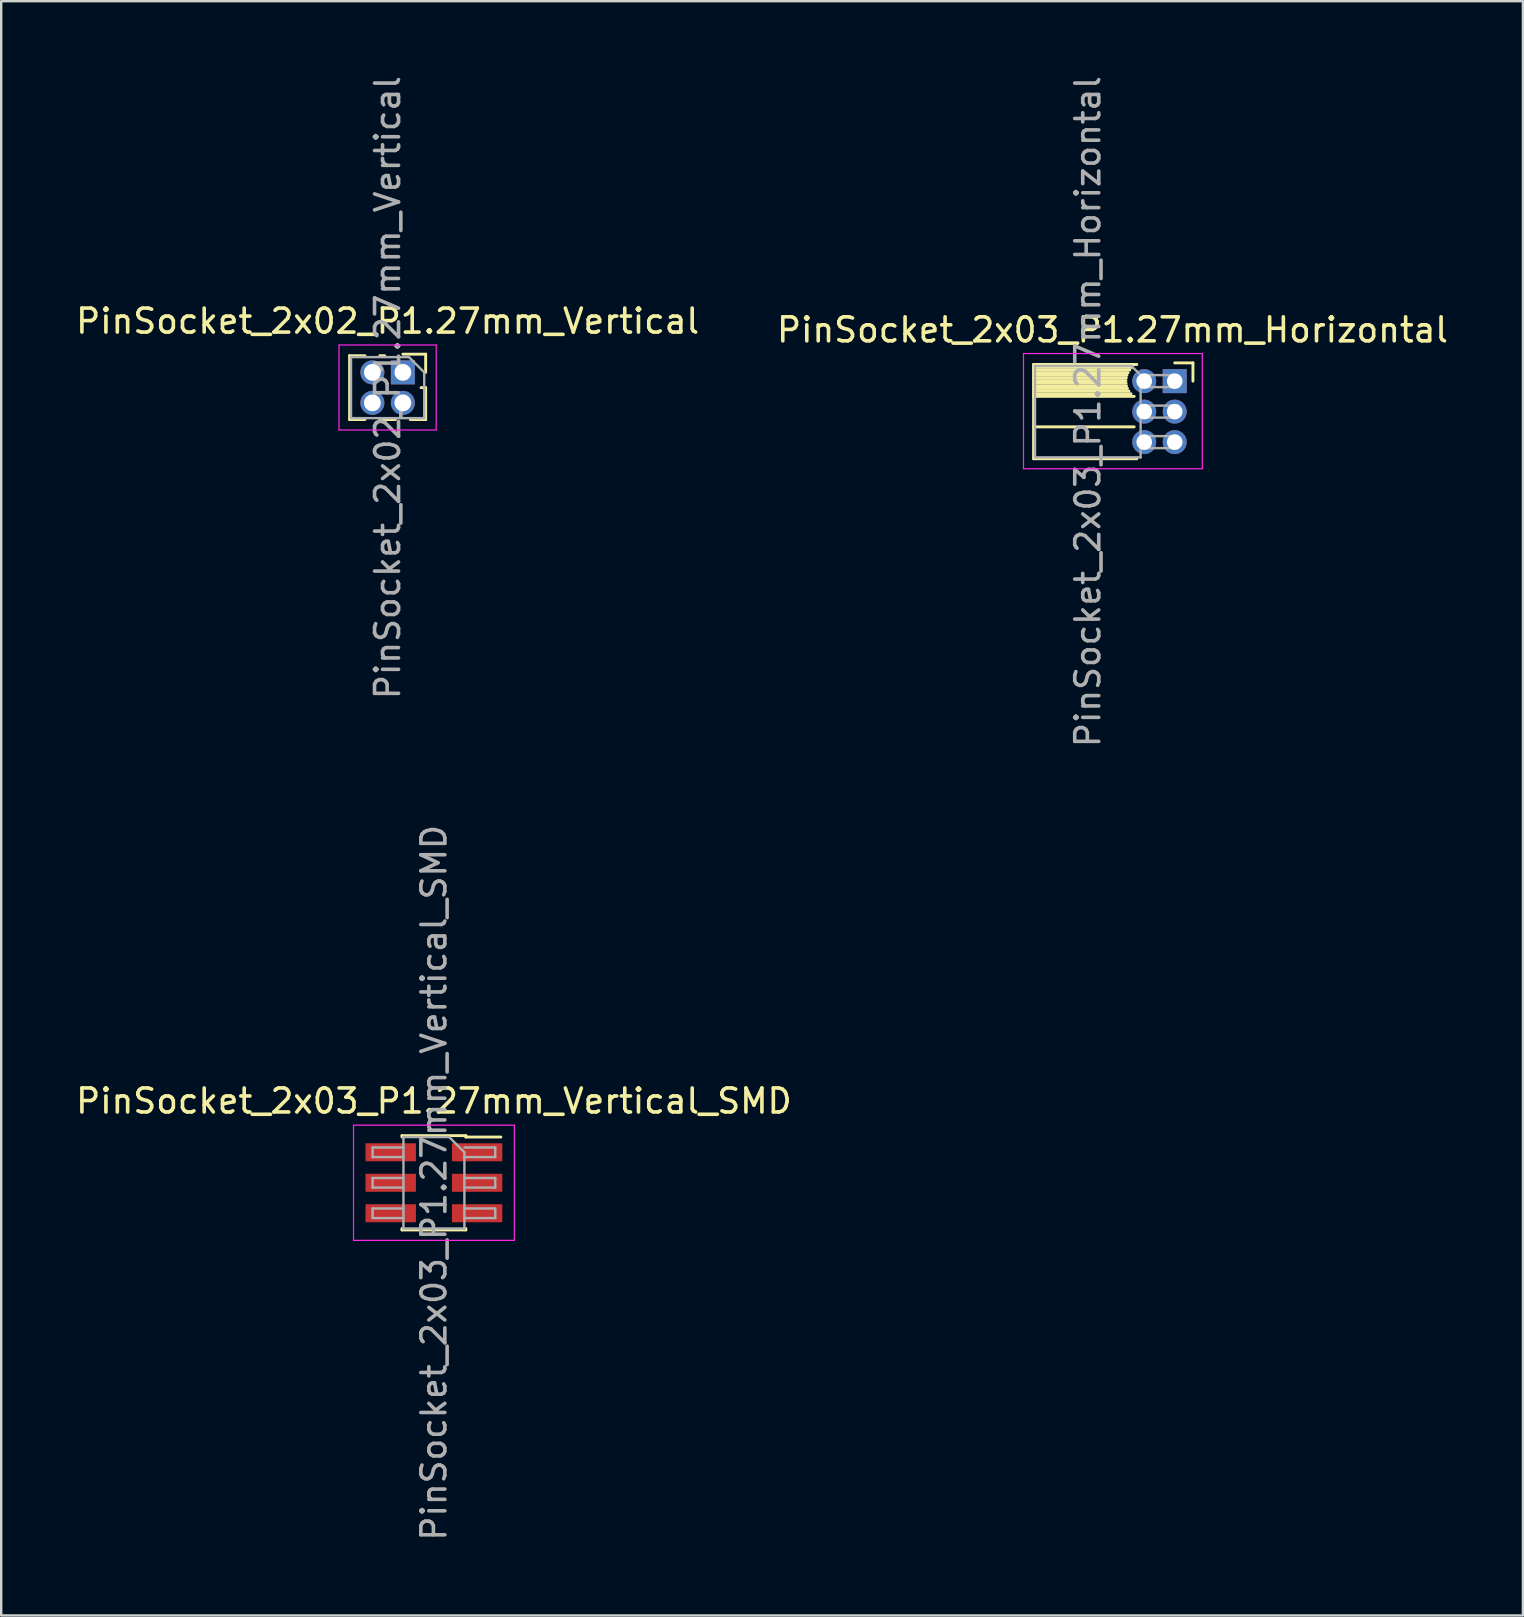
<source format=kicad_pcb>
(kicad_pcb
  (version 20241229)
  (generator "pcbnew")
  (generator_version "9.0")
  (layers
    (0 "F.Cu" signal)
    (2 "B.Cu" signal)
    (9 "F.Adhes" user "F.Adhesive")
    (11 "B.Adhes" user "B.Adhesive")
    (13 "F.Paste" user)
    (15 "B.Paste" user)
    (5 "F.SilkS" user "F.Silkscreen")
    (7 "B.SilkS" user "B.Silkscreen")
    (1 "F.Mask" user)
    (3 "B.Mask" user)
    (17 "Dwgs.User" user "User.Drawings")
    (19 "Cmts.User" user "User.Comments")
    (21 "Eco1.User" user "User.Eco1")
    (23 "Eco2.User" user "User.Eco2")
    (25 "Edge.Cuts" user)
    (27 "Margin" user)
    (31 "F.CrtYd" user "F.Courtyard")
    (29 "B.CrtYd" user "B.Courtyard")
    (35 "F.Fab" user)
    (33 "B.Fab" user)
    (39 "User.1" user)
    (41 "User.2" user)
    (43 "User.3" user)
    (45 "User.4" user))
  (footprint "PinSocket_2x03_P1.27mm_Horizontal"
    (layer "F.Cu")
    (at 45.896 12.831)
    (property "Reference" "PinSocket_2x03_P1.27mm_Horizontal" (at -2.592 -2.135 0) (layer "F.SilkS") (effects (font (size 1 1) (thickness 0.15))))
    (attr through_hole)
    (fp_line (start -5.88 -0.695) (end -5.88 3.235) (stroke (width 0.12) (type solid)) (layer "F.SilkS"))
    (fp_line (start -5.88 -0.695) (end -1.578 -0.695) (stroke (width 0.12) (type solid)) (layer "F.SilkS"))
    (fp_line (start -5.88 -0.575) (end -1.767 -0.575) (stroke (width 0.12) (type solid)) (layer "F.SilkS"))
    (fp_line (start -5.88 -0.465) (end -1.871 -0.465) (stroke (width 0.12) (type solid)) (layer "F.SilkS"))
    (fp_line (start -5.88 -0.355) (end -1.942 -0.355) (stroke (width 0.12) (type solid)) (layer "F.SilkS"))
    (fp_line (start -5.88 -0.245) (end -1.989 -0.245) (stroke (width 0.12) (type solid)) (layer "F.SilkS"))
    (fp_line (start -5.88 -0.135) (end -2.018 -0.135) (stroke (width 0.12) (type solid)) (layer "F.SilkS"))
    (fp_line (start -5.88 -0.025) (end -2.03 -0.025) (stroke (width 0.12) (type solid)) (layer "F.SilkS"))
    (fp_line (start -5.88 0.085) (end -2.025 0.085) (stroke (width 0.12) (type solid)) (layer "F.SilkS"))
    (fp_line (start -5.88 0.195) (end -2.005 0.195) (stroke (width 0.12) (type solid)) (layer "F.SilkS"))
    (fp_line (start -5.88 0.305) (end -1.966 0.305) (stroke (width 0.12) (type solid)) (layer "F.SilkS"))
    (fp_line (start -5.88 0.415) (end -1.907 0.415) (stroke (width 0.12) (type solid)) (layer "F.SilkS"))
    (fp_line (start -5.88 0.525) (end -1.82 0.525) (stroke (width 0.12) (type solid)) (layer "F.SilkS"))
    (fp_line (start -5.88 0.635) (end -1.688 0.635) (stroke (width 0.12) (type solid)) (layer "F.SilkS"))
    (fp_line (start -5.88 1.905) (end -1.688 1.905) (stroke (width 0.12) (type solid)) (layer "F.SilkS"))
    (fp_line (start -5.88 3.235) (end -1.578 3.235) (stroke (width 0.12) (type solid)) (layer "F.SilkS"))
    (fp_line (start 0 -0.76) (end 0.76 -0.76) (stroke (width 0.12) (type solid)) (layer "F.SilkS"))
    (fp_line (start 0.76 -0.76) (end 0.76 0) (stroke (width 0.12) (type solid)) (layer "F.SilkS"))
    (fp_line (start -6.3 -1.15) (end -6.3 3.65) (stroke (width 0.05) (type solid)) (layer "F.CrtYd"))
    (fp_line (start -6.3 3.65) (end 1.15 3.65) (stroke (width 0.05) (type solid)) (layer "F.CrtYd"))
    (fp_line (start 1.15 -1.15) (end -6.3 -1.15) (stroke (width 0.05) (type solid)) (layer "F.CrtYd"))
    (fp_line (start 1.15 3.65) (end 1.15 -1.15) (stroke (width 0.05) (type solid)) (layer "F.CrtYd"))
    (fp_line (start -5.82 -0.635) (end -1.805 -0.635) (stroke (width 0.1) (type solid)) (layer "F.Fab"))
    (fp_line (start -5.82 3.175) (end -5.82 -0.635) (stroke (width 0.1) (type solid)) (layer "F.Fab"))
    (fp_line (start -1.805 -0.635) (end -1.42 -0.25) (stroke (width 0.1) (type solid)) (layer "F.Fab"))
    (fp_line (start -1.42 -0.25) (end -1.42 3.175) (stroke (width 0.1) (type solid)) (layer "F.Fab"))
    (fp_line (start -1.42 0.25) (end 0 0.25) (stroke (width 0.1) (type solid)) (layer "F.Fab"))
    (fp_line (start -1.42 1.52) (end 0 1.52) (stroke (width 0.1) (type solid)) (layer "F.Fab"))
    (fp_line (start -1.42 2.79) (end 0 2.79) (stroke (width 0.1) (type solid)) (layer "F.Fab"))
    (fp_line (start -1.42 3.175) (end -5.82 3.175) (stroke (width 0.1) (type solid)) (layer "F.Fab"))
    (fp_line (start 0 -0.25) (end -1.42 -0.25) (stroke (width 0.1) (type solid)) (layer "F.Fab"))
    (fp_line (start 0 0.25) (end 0 -0.25) (stroke (width 0.1) (type solid)) (layer "F.Fab"))
    (fp_line (start 0 1.02) (end -1.42 1.02) (stroke (width 0.1) (type solid)) (layer "F.Fab"))
    (fp_line (start 0 1.52) (end 0 1.02) (stroke (width 0.1) (type solid)) (layer "F.Fab"))
    (fp_line (start 0 2.29) (end -1.42 2.29) (stroke (width 0.1) (type solid)) (layer "F.Fab"))
    (fp_line (start 0 2.79) (end 0 2.29) (stroke (width 0.1) (type solid)) (layer "F.Fab"))
    (fp_text user "${REFERENCE}" (at -3.62 1.27 90) (layer "F.Fab") (effects (font (size 1 1) (thickness 0.15))))
    (pad "1" thru_hole rect (at 0 0) (size 1 1) (drill 0.65) (layers "*.Cu" "*.Mask"))
    (pad "2" thru_hole circle (at -1.27 0) (size 1 1) (drill 0.65) (layers "*.Cu" "*.Mask"))
    (pad "3" thru_hole circle (at 0 1.27) (size 1 1) (drill 0.65) (layers "*.Cu" "*.Mask"))
    (pad "4" thru_hole circle (at -1.27 1.27) (size 1 1) (drill 0.65) (layers "*.Cu" "*.Mask"))
    (pad "5" thru_hole circle (at 0 2.54) (size 1 1) (drill 0.65) (layers "*.Cu" "*.Mask"))
    (pad "6" thru_hole circle (at -1.27 2.54) (size 1 1) (drill 0.65) (layers "*.Cu" "*.Mask")))
  (footprint "PinSocket_2x03_P1.27mm_Vertical_SMD"
    (layer "F.Cu")
    (at 15.03 46.232)
    (property "Reference" "PinSocket_2x03_P1.27mm_Vertical_SMD" (at 0 -3.405 0) (layer "F.SilkS") (effects (font (size 1 1) (thickness 0.15))))
    (attr smd)
    (fp_line (start -1.33 -1.965) (end -1.33 -1.905) (stroke (width 0.12) (type solid)) (layer "F.SilkS"))
    (fp_line (start -1.33 -1.965) (end 1.33 -1.965) (stroke (width 0.12) (type solid)) (layer "F.SilkS"))
    (fp_line (start -1.33 1.905) (end -1.33 1.965) (stroke (width 0.12) (type solid)) (layer "F.SilkS"))
    (fp_line (start -1.33 1.965) (end 1.33 1.965) (stroke (width 0.12) (type solid)) (layer "F.SilkS"))
    (fp_line (start 1.33 -1.965) (end 1.33 -1.905) (stroke (width 0.12) (type solid)) (layer "F.SilkS"))
    (fp_line (start 1.33 -1.905) (end 2.79 -1.905) (stroke (width 0.12) (type solid)) (layer "F.SilkS"))
    (fp_line (start 1.33 1.905) (end 1.33 1.965) (stroke (width 0.12) (type solid)) (layer "F.SilkS"))
    (fp_line (start -3.35 -2.4) (end 3.35 -2.4) (stroke (width 0.05) (type solid)) (layer "F.CrtYd"))
    (fp_line (start -3.35 2.4) (end -3.35 -2.4) (stroke (width 0.05) (type solid)) (layer "F.CrtYd"))
    (fp_line (start 3.35 -2.4) (end 3.35 2.4) (stroke (width 0.05) (type solid)) (layer "F.CrtYd"))
    (fp_line (start 3.35 2.4) (end -3.35 2.4) (stroke (width 0.05) (type solid)) (layer "F.CrtYd"))
    (fp_line (start -2.555 -1.47) (end -1.27 -1.47) (stroke (width 0.1) (type solid)) (layer "F.Fab"))
    (fp_line (start -2.555 -1.07) (end -2.555 -1.47) (stroke (width 0.1) (type solid)) (layer "F.Fab"))
    (fp_line (start -2.555 -0.2) (end -1.27 -0.2) (stroke (width 0.1) (type solid)) (layer "F.Fab"))
    (fp_line (start -2.555 0.2) (end -2.555 -0.2) (stroke (width 0.1) (type solid)) (layer "F.Fab"))
    (fp_line (start -2.555 1.07) (end -1.27 1.07) (stroke (width 0.1) (type solid)) (layer "F.Fab"))
    (fp_line (start -2.555 1.47) (end -2.555 1.07) (stroke (width 0.1) (type solid)) (layer "F.Fab"))
    (fp_line (start -1.27 -1.905) (end 0.635 -1.905) (stroke (width 0.1) (type solid)) (layer "F.Fab"))
    (fp_line (start -1.27 -1.07) (end -2.555 -1.07) (stroke (width 0.1) (type solid)) (layer "F.Fab"))
    (fp_line (start -1.27 0.2) (end -2.555 0.2) (stroke (width 0.1) (type solid)) (layer "F.Fab"))
    (fp_line (start -1.27 1.47) (end -2.555 1.47) (stroke (width 0.1) (type solid)) (layer "F.Fab"))
    (fp_line (start -1.27 1.905) (end -1.27 -1.905) (stroke (width 0.1) (type solid)) (layer "F.Fab"))
    (fp_line (start 0.635 -1.905) (end 1.27 -1.27) (stroke (width 0.1) (type solid)) (layer "F.Fab"))
    (fp_line (start 1.27 -1.47) (end 2.555 -1.47) (stroke (width 0.1) (type solid)) (layer "F.Fab"))
    (fp_line (start 1.27 -1.27) (end 1.27 1.905) (stroke (width 0.1) (type solid)) (layer "F.Fab"))
    (fp_line (start 1.27 -0.2) (end 2.555 -0.2) (stroke (width 0.1) (type solid)) (layer "F.Fab"))
    (fp_line (start 1.27 1.07) (end 2.555 1.07) (stroke (width 0.1) (type solid)) (layer "F.Fab"))
    (fp_line (start 1.27 1.905) (end -1.27 1.905) (stroke (width 0.1) (type solid)) (layer "F.Fab"))
    (fp_line (start 2.555 -1.47) (end 2.555 -1.07) (stroke (width 0.1) (type solid)) (layer "F.Fab"))
    (fp_line (start 2.555 -1.07) (end 1.27 -1.07) (stroke (width 0.1) (type solid)) (layer "F.Fab"))
    (fp_line (start 2.555 -0.2) (end 2.555 0.2) (stroke (width 0.1) (type solid)) (layer "F.Fab"))
    (fp_line (start 2.555 0.2) (end 1.27 0.2) (stroke (width 0.1) (type solid)) (layer "F.Fab"))
    (fp_line (start 2.555 1.07) (end 2.555 1.47) (stroke (width 0.1) (type solid)) (layer "F.Fab"))
    (fp_line (start 2.555 1.47) (end 1.27 1.47) (stroke (width 0.1) (type solid)) (layer "F.Fab"))
    (fp_text user "${REFERENCE}" (at 0 0 90) (layer "F.Fab") (effects (font (size 1 1) (thickness 0.15))))
    (pad "1" smd rect (at 1.8 -1.27) (size 2.1 0.75) (layers "F.Cu" "F.Mask" "F.Paste"))
    (pad "2" smd rect (at -1.8 -1.27) (size 2.1 0.75) (layers "F.Cu" "F.Mask" "F.Paste"))
    (pad "3" smd rect (at 1.8 0) (size 2.1 0.75) (layers "F.Cu" "F.Mask" "F.Paste"))
    (pad "4" smd rect (at -1.8 0) (size 2.1 0.75) (layers "F.Cu" "F.Mask" "F.Paste"))
    (pad "5" smd rect (at 1.8 1.27) (size 2.1 0.75) (layers "F.Cu" "F.Mask" "F.Paste"))
    (pad "6" smd rect (at -1.8 1.27) (size 2.1 0.75) (layers "F.Cu" "F.Mask" "F.Paste")))
  (footprint "PinSocket_2x02_P1.27mm_Vertical"
    (layer "F.Cu")
    (at 13.736 12.466)
    (property "Reference" "PinSocket_2x02_P1.27mm_Vertical" (at -0.635 -2.135 0) (layer "F.SilkS") (effects (font (size 1 1) (thickness 0.15))))
    (attr through_hole)
    (fp_line (start -2.22 -0.695) (end -2.22 1.965) (stroke (width 0.12) (type solid)) (layer "F.SilkS"))
    (fp_line (start -2.22 -0.695) (end -1.578 -0.695) (stroke (width 0.12) (type solid)) (layer "F.SilkS"))
    (fp_line (start -2.22 1.965) (end -1.578 1.965) (stroke (width 0.12) (type solid)) (layer "F.SilkS"))
    (fp_line (start -0.962 -0.695) (end -0.76 -0.695) (stroke (width 0.12) (type solid)) (layer "F.SilkS"))
    (fp_line (start -0.962 1.965) (end -0.308 1.965) (stroke (width 0.12) (type solid)) (layer "F.SilkS"))
    (fp_line (start 0 -0.76) (end 0.95 -0.76) (stroke (width 0.12) (type solid)) (layer "F.SilkS"))
    (fp_line (start 0.308 1.965) (end 0.95 1.965) (stroke (width 0.12) (type solid)) (layer "F.SilkS"))
    (fp_line (start 0.76 0.635) (end 0.95 0.635) (stroke (width 0.12) (type solid)) (layer "F.SilkS"))
    (fp_line (start 0.95 -0.76) (end 0.95 0) (stroke (width 0.12) (type solid)) (layer "F.SilkS"))
    (fp_line (start 0.95 0.635) (end 0.95 1.965) (stroke (width 0.12) (type solid)) (layer "F.SilkS"))
    (fp_line (start -2.66 -1.14) (end 1.39 -1.14) (stroke (width 0.05) (type solid)) (layer "F.CrtYd"))
    (fp_line (start -2.66 2.4) (end -2.66 -1.14) (stroke (width 0.05) (type solid)) (layer "F.CrtYd"))
    (fp_line (start 1.39 -1.14) (end 1.39 2.4) (stroke (width 0.05) (type solid)) (layer "F.CrtYd"))
    (fp_line (start 1.39 2.4) (end -2.66 2.4) (stroke (width 0.05) (type solid)) (layer "F.CrtYd"))
    (fp_line (start -2.16 -0.635) (end 0.255 -0.635) (stroke (width 0.1) (type solid)) (layer "F.Fab"))
    (fp_line (start -2.16 1.905) (end -2.16 -0.635) (stroke (width 0.1) (type solid)) (layer "F.Fab"))
    (fp_line (start 0.255 -0.635) (end 0.89 0) (stroke (width 0.1) (type solid)) (layer "F.Fab"))
    (fp_line (start 0.89 0) (end 0.89 1.905) (stroke (width 0.1) (type solid)) (layer "F.Fab"))
    (fp_line (start 0.89 1.905) (end -2.16 1.905) (stroke (width 0.1) (type solid)) (layer "F.Fab"))
    (fp_text user "${REFERENCE}" (at -0.635 0.635 90) (layer "F.Fab") (effects (font (size 1 1) (thickness 0.15))))
    (pad "1" thru_hole rect (at 0 0) (size 1 1) (drill 0.7) (layers "*.Cu" "*.Mask"))
    (pad "2" thru_hole circle (at -1.27 0) (size 1 1) (drill 0.7) (layers "*.Cu" "*.Mask"))
    (pad "3" thru_hole circle (at 0 1.27) (size 1 1) (drill 0.7) (layers "*.Cu" "*.Mask"))
    (pad "4" thru_hole circle (at -1.27 1.27) (size 1 1) (drill 0.7) (layers "*.Cu" "*.Mask")))
  (gr_rect
    (start -3 -3)
    (end 60.405 64.262)
    (stroke (width 0.1) (type default))
    (fill no)
    (layer "Edge.Cuts")))
</source>
